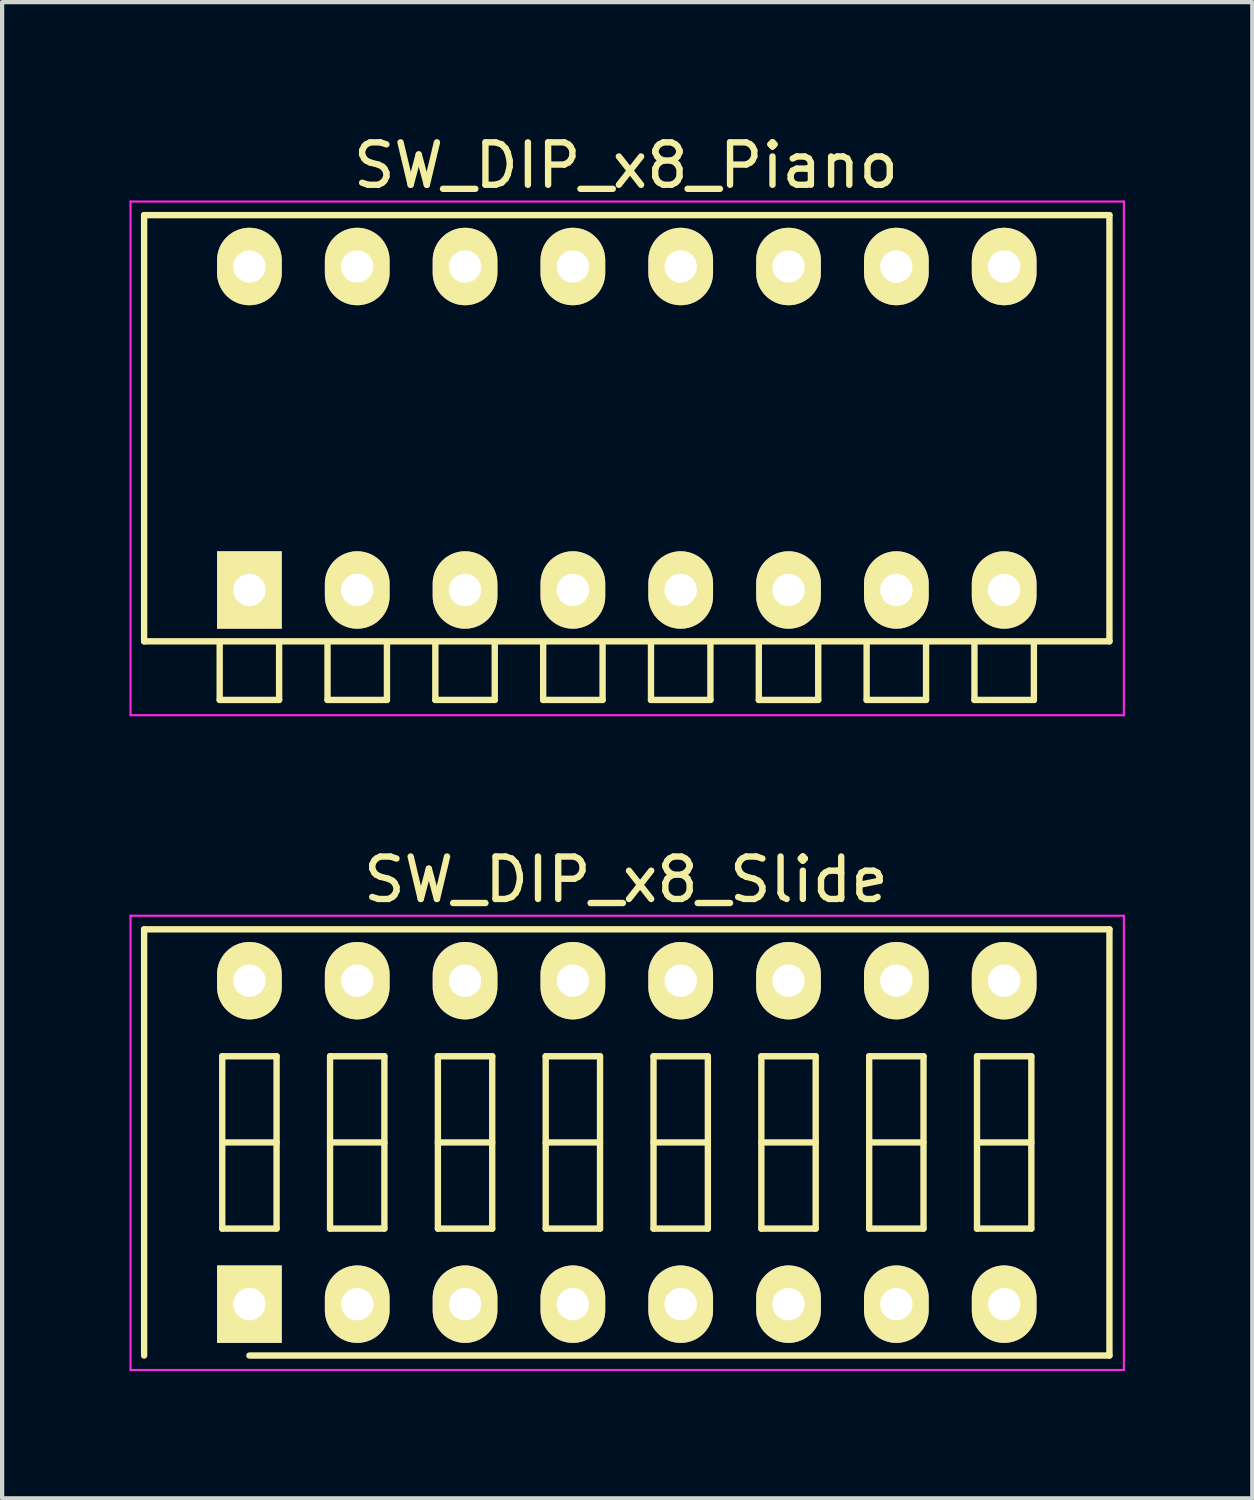
<source format=kicad_pcb>
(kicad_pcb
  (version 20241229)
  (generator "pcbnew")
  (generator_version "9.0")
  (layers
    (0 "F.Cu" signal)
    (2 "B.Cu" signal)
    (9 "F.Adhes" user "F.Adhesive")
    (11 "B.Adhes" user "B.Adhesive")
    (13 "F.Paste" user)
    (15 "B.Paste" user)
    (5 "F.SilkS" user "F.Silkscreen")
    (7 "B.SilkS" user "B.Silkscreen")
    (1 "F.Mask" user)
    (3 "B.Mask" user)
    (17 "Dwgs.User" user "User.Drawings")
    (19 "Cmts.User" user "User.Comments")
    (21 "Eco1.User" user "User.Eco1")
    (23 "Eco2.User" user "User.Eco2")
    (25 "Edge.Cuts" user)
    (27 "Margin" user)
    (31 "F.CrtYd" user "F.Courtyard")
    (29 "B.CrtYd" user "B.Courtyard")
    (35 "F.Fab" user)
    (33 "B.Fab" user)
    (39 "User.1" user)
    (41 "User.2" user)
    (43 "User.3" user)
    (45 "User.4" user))
  (footprint "SW_DIP_x8_Piano"
    (layer "F.Cu")
    (at 2.825 10.848)
    (property "Reference" "SW_DIP_x8_Piano" (at 8.87 -10 0) (layer "F.SilkS") (effects (font (size 1 1) (thickness 0.15))))
    (attr through_hole)
    (fp_line (start -2.48 -8.83) (end 20.26 -8.83) (stroke (width 0.15) (type solid)) (layer "F.SilkS"))
    (fp_line (start -2.48 1.21) (end -2.48 -8.83) (stroke (width 0.15) (type solid)) (layer "F.SilkS"))
    (fp_line (start -0.7 1.22) (end -0.7 2.59) (stroke (width 0.15) (type solid)) (layer "F.SilkS"))
    (fp_line (start -0.7 2.59) (end 0.7 2.59) (stroke (width 0.15) (type solid)) (layer "F.SilkS"))
    (fp_line (start 0.7 2.59) (end 0.7 1.22) (stroke (width 0.15) (type solid)) (layer "F.SilkS"))
    (fp_line (start 1.84 1.22) (end 1.84 2.59) (stroke (width 0.15) (type solid)) (layer "F.SilkS"))
    (fp_line (start 1.84 2.59) (end 3.24 2.59) (stroke (width 0.15) (type solid)) (layer "F.SilkS"))
    (fp_line (start 3.24 2.59) (end 3.24 1.22) (stroke (width 0.15) (type solid)) (layer "F.SilkS"))
    (fp_line (start 4.38 1.22) (end 4.38 2.59) (stroke (width 0.15) (type solid)) (layer "F.SilkS"))
    (fp_line (start 4.38 2.59) (end 5.78 2.59) (stroke (width 0.15) (type solid)) (layer "F.SilkS"))
    (fp_line (start 5.78 2.59) (end 5.78 1.22) (stroke (width 0.15) (type solid)) (layer "F.SilkS"))
    (fp_line (start 6.92 1.22) (end 6.92 2.59) (stroke (width 0.15) (type solid)) (layer "F.SilkS"))
    (fp_line (start 6.92 2.59) (end 8.32 2.59) (stroke (width 0.15) (type solid)) (layer "F.SilkS"))
    (fp_line (start 8.32 2.59) (end 8.32 1.22) (stroke (width 0.15) (type solid)) (layer "F.SilkS"))
    (fp_line (start 9.46 1.22) (end 9.46 2.59) (stroke (width 0.15) (type solid)) (layer "F.SilkS"))
    (fp_line (start 9.46 2.59) (end 10.86 2.59) (stroke (width 0.15) (type solid)) (layer "F.SilkS"))
    (fp_line (start 10.86 2.59) (end 10.86 1.22) (stroke (width 0.15) (type solid)) (layer "F.SilkS"))
    (fp_line (start 12 1.22) (end 12 2.59) (stroke (width 0.15) (type solid)) (layer "F.SilkS"))
    (fp_line (start 12 2.59) (end 13.4 2.59) (stroke (width 0.15) (type solid)) (layer "F.SilkS"))
    (fp_line (start 13.4 2.59) (end 13.4 1.22) (stroke (width 0.15) (type solid)) (layer "F.SilkS"))
    (fp_line (start 14.54 1.22) (end 14.54 2.59) (stroke (width 0.15) (type solid)) (layer "F.SilkS"))
    (fp_line (start 14.54 2.59) (end 15.94 2.59) (stroke (width 0.15) (type solid)) (layer "F.SilkS"))
    (fp_line (start 15.94 2.59) (end 15.94 1.22) (stroke (width 0.15) (type solid)) (layer "F.SilkS"))
    (fp_line (start 17.08 1.22) (end 17.08 2.59) (stroke (width 0.15) (type solid)) (layer "F.SilkS"))
    (fp_line (start 17.08 2.59) (end 18.48 2.59) (stroke (width 0.15) (type solid)) (layer "F.SilkS"))
    (fp_line (start 18.48 2.59) (end 18.48 1.22) (stroke (width 0.15) (type solid)) (layer "F.SilkS"))
    (fp_line (start 20.26 -8.83) (end 20.26 1.21) (stroke (width 0.15) (type solid)) (layer "F.SilkS"))
    (fp_line (start 20.26 1.21) (end -2.48 1.21) (stroke (width 0.15) (type solid)) (layer "F.SilkS"))
    (fp_line (start -2.8 -9.15) (end -2.8 2.95) (stroke (width 0.05) (type solid)) (layer "F.CrtYd"))
    (fp_line (start -2.8 2.95) (end 20.6 2.95) (stroke (width 0.05) (type solid)) (layer "F.CrtYd"))
    (fp_line (start 20.6 -9.15) (end -2.8 -9.15) (stroke (width 0.05) (type solid)) (layer "F.CrtYd"))
    (fp_line (start 20.6 2.95) (end 20.6 -9.15) (stroke (width 0.05) (type solid)) (layer "F.CrtYd"))
    (pad "1" thru_hole rect (at 0 0) (size 1.524 1.824) (drill 0.762) (layers "*.Cu" "*.Mask" "F.SilkS"))
    (pad "2" thru_hole oval (at 2.54 0) (size 1.524 1.824) (drill 0.762) (layers "*.Cu" "*.Mask" "F.SilkS"))
    (pad "3" thru_hole oval (at 5.08 0) (size 1.524 1.824) (drill 0.762) (layers "*.Cu" "*.Mask" "F.SilkS"))
    (pad "4" thru_hole oval (at 7.62 0) (size 1.524 1.824) (drill 0.762) (layers "*.Cu" "*.Mask" "F.SilkS"))
    (pad "5" thru_hole oval (at 10.16 0) (size 1.524 1.824) (drill 0.762) (layers "*.Cu" "*.Mask" "F.SilkS"))
    (pad "6" thru_hole oval (at 12.7 0) (size 1.524 1.824) (drill 0.762) (layers "*.Cu" "*.Mask" "F.SilkS"))
    (pad "7" thru_hole oval (at 15.24 0) (size 1.524 1.824) (drill 0.762) (layers "*.Cu" "*.Mask" "F.SilkS"))
    (pad "8" thru_hole oval (at 17.78 0) (size 1.524 1.824) (drill 0.762) (layers "*.Cu" "*.Mask" "F.SilkS"))
    (pad "9" thru_hole oval (at 17.78 -7.62) (size 1.524 1.824) (drill 0.762) (layers "*.Cu" "*.Mask" "F.SilkS"))
    (pad "10" thru_hole oval (at 15.24 -7.62) (size 1.524 1.824) (drill 0.762) (layers "*.Cu" "*.Mask" "F.SilkS"))
    (pad "11" thru_hole oval (at 12.7 -7.62) (size 1.524 1.824) (drill 0.762) (layers "*.Cu" "*.Mask" "F.SilkS"))
    (pad "12" thru_hole oval (at 10.16 -7.62) (size 1.524 1.824) (drill 0.762) (layers "*.Cu" "*.Mask" "F.SilkS"))
    (pad "13" thru_hole oval (at 7.62 -7.62) (size 1.524 1.824) (drill 0.762) (layers "*.Cu" "*.Mask" "F.SilkS"))
    (pad "14" thru_hole oval (at 5.08 -7.62) (size 1.524 1.824) (drill 0.762) (layers "*.Cu" "*.Mask" "F.SilkS"))
    (pad "15" thru_hole oval (at 2.54 -7.62) (size 1.524 1.824) (drill 0.762) (layers "*.Cu" "*.Mask" "F.SilkS"))
    (pad "16" thru_hole oval (at 0 -7.62) (size 1.524 1.824) (drill 0.762) (layers "*.Cu" "*.Mask" "F.SilkS")))
  (footprint "SW_DIP_x8_Slide"
    (layer "F.Cu")
    (at 2.825 27.672)
    (property "Reference" "SW_DIP_x8_Slide" (at 8.87 -10 0) (layer "F.SilkS") (effects (font (size 1 1) (thickness 0.15))))
    (attr through_hole)
    (fp_line (start -2.48 -8.83) (end 20.26 -8.83) (stroke (width 0.15) (type solid)) (layer "F.SilkS"))
    (fp_line (start -2.48 1.21) (end -2.48 -8.83) (stroke (width 0.15) (type solid)) (layer "F.SilkS"))
    (fp_line (start -0.64 -5.84) (end -0.64 -1.78) (stroke (width 0.15) (type solid)) (layer "F.SilkS"))
    (fp_line (start -0.64 -3.81) (end 0.64 -3.81) (stroke (width 0.15) (type solid)) (layer "F.SilkS"))
    (fp_line (start -0.64 -1.78) (end 0.64 -1.78) (stroke (width 0.15) (type solid)) (layer "F.SilkS"))
    (fp_line (start 0.64 -5.84) (end -0.64 -5.84) (stroke (width 0.15) (type solid)) (layer "F.SilkS"))
    (fp_line (start 0.64 -1.78) (end 0.64 -5.84) (stroke (width 0.15) (type solid)) (layer "F.SilkS"))
    (fp_line (start 1.9 -5.84) (end 1.9 -1.78) (stroke (width 0.15) (type solid)) (layer "F.SilkS"))
    (fp_line (start 1.9 -3.81) (end 3.18 -3.81) (stroke (width 0.15) (type solid)) (layer "F.SilkS"))
    (fp_line (start 1.9 -1.78) (end 3.18 -1.78) (stroke (width 0.15) (type solid)) (layer "F.SilkS"))
    (fp_line (start 3.18 -5.84) (end 1.9 -5.84) (stroke (width 0.15) (type solid)) (layer "F.SilkS"))
    (fp_line (start 3.18 -1.78) (end 3.18 -5.84) (stroke (width 0.15) (type solid)) (layer "F.SilkS"))
    (fp_line (start 4.44 -5.84) (end 4.44 -1.78) (stroke (width 0.15) (type solid)) (layer "F.SilkS"))
    (fp_line (start 4.44 -3.81) (end 5.72 -3.81) (stroke (width 0.15) (type solid)) (layer "F.SilkS"))
    (fp_line (start 4.44 -1.78) (end 5.72 -1.78) (stroke (width 0.15) (type solid)) (layer "F.SilkS"))
    (fp_line (start 5.72 -5.84) (end 4.44 -5.84) (stroke (width 0.15) (type solid)) (layer "F.SilkS"))
    (fp_line (start 5.72 -1.78) (end 5.72 -5.84) (stroke (width 0.15) (type solid)) (layer "F.SilkS"))
    (fp_line (start 6.98 -5.84) (end 6.98 -1.78) (stroke (width 0.15) (type solid)) (layer "F.SilkS"))
    (fp_line (start 6.98 -3.81) (end 8.26 -3.81) (stroke (width 0.15) (type solid)) (layer "F.SilkS"))
    (fp_line (start 6.98 -1.78) (end 8.26 -1.78) (stroke (width 0.15) (type solid)) (layer "F.SilkS"))
    (fp_line (start 8.26 -5.84) (end 6.98 -5.84) (stroke (width 0.15) (type solid)) (layer "F.SilkS"))
    (fp_line (start 8.26 -1.78) (end 8.26 -5.84) (stroke (width 0.15) (type solid)) (layer "F.SilkS"))
    (fp_line (start 9.52 -5.84) (end 9.52 -1.78) (stroke (width 0.15) (type solid)) (layer "F.SilkS"))
    (fp_line (start 9.52 -3.81) (end 10.8 -3.81) (stroke (width 0.15) (type solid)) (layer "F.SilkS"))
    (fp_line (start 9.52 -1.78) (end 10.8 -1.78) (stroke (width 0.15) (type solid)) (layer "F.SilkS"))
    (fp_line (start 10.8 -5.84) (end 9.52 -5.84) (stroke (width 0.15) (type solid)) (layer "F.SilkS"))
    (fp_line (start 10.8 -1.78) (end 10.8 -5.84) (stroke (width 0.15) (type solid)) (layer "F.SilkS"))
    (fp_line (start 12.06 -5.84) (end 12.06 -1.78) (stroke (width 0.15) (type solid)) (layer "F.SilkS"))
    (fp_line (start 12.06 -3.81) (end 13.34 -3.81) (stroke (width 0.15) (type solid)) (layer "F.SilkS"))
    (fp_line (start 12.06 -1.78) (end 13.34 -1.78) (stroke (width 0.15) (type solid)) (layer "F.SilkS"))
    (fp_line (start 13.34 -5.84) (end 12.06 -5.84) (stroke (width 0.15) (type solid)) (layer "F.SilkS"))
    (fp_line (start 13.34 -1.78) (end 13.34 -5.84) (stroke (width 0.15) (type solid)) (layer "F.SilkS"))
    (fp_line (start 14.6 -5.84) (end 14.6 -1.78) (stroke (width 0.15) (type solid)) (layer "F.SilkS"))
    (fp_line (start 14.6 -3.81) (end 15.88 -3.81) (stroke (width 0.15) (type solid)) (layer "F.SilkS"))
    (fp_line (start 14.6 -1.78) (end 15.88 -1.78) (stroke (width 0.15) (type solid)) (layer "F.SilkS"))
    (fp_line (start 15.88 -5.84) (end 14.6 -5.84) (stroke (width 0.15) (type solid)) (layer "F.SilkS"))
    (fp_line (start 15.88 -1.78) (end 15.88 -5.84) (stroke (width 0.15) (type solid)) (layer "F.SilkS"))
    (fp_line (start 17.14 -5.84) (end 17.14 -1.78) (stroke (width 0.15) (type solid)) (layer "F.SilkS"))
    (fp_line (start 17.14 -3.81) (end 18.42 -3.81) (stroke (width 0.15) (type solid)) (layer "F.SilkS"))
    (fp_line (start 17.14 -1.78) (end 18.42 -1.78) (stroke (width 0.15) (type solid)) (layer "F.SilkS"))
    (fp_line (start 18.42 -5.84) (end 17.14 -5.84) (stroke (width 0.15) (type solid)) (layer "F.SilkS"))
    (fp_line (start 18.42 -1.78) (end 18.42 -5.84) (stroke (width 0.15) (type solid)) (layer "F.SilkS"))
    (fp_line (start 20.26 -8.83) (end 20.26 1.21) (stroke (width 0.15) (type solid)) (layer "F.SilkS"))
    (fp_line (start 20.26 1.21) (end 0 1.21) (stroke (width 0.15) (type solid)) (layer "F.SilkS"))
    (fp_line (start -2.8 -9.15) (end -2.8 1.55) (stroke (width 0.05) (type solid)) (layer "F.CrtYd"))
    (fp_line (start -2.8 1.55) (end 20.6 1.55) (stroke (width 0.05) (type solid)) (layer "F.CrtYd"))
    (fp_line (start 20.6 -9.15) (end -2.8 -9.15) (stroke (width 0.05) (type solid)) (layer "F.CrtYd"))
    (fp_line (start 20.6 1.55) (end 20.6 -9.15) (stroke (width 0.05) (type solid)) (layer "F.CrtYd"))
    (pad "1" thru_hole rect (at 0 0) (size 1.524 1.824) (drill 0.762) (layers "*.Cu" "*.Mask" "F.SilkS"))
    (pad "2" thru_hole oval (at 2.54 0) (size 1.524 1.824) (drill 0.762) (layers "*.Cu" "*.Mask" "F.SilkS"))
    (pad "3" thru_hole oval (at 5.08 0) (size 1.524 1.824) (drill 0.762) (layers "*.Cu" "*.Mask" "F.SilkS"))
    (pad "4" thru_hole oval (at 7.62 0) (size 1.524 1.824) (drill 0.762) (layers "*.Cu" "*.Mask" "F.SilkS"))
    (pad "5" thru_hole oval (at 10.16 0) (size 1.524 1.824) (drill 0.762) (layers "*.Cu" "*.Mask" "F.SilkS"))
    (pad "6" thru_hole oval (at 12.7 0) (size 1.524 1.824) (drill 0.762) (layers "*.Cu" "*.Mask" "F.SilkS"))
    (pad "7" thru_hole oval (at 15.24 0) (size 1.524 1.824) (drill 0.762) (layers "*.Cu" "*.Mask" "F.SilkS"))
    (pad "8" thru_hole oval (at 17.78 0) (size 1.524 1.824) (drill 0.762) (layers "*.Cu" "*.Mask" "F.SilkS"))
    (pad "9" thru_hole oval (at 17.78 -7.62) (size 1.524 1.824) (drill 0.762) (layers "*.Cu" "*.Mask" "F.SilkS"))
    (pad "10" thru_hole oval (at 15.24 -7.62) (size 1.524 1.824) (drill 0.762) (layers "*.Cu" "*.Mask" "F.SilkS"))
    (pad "11" thru_hole oval (at 12.7 -7.62) (size 1.524 1.824) (drill 0.762) (layers "*.Cu" "*.Mask" "F.SilkS"))
    (pad "12" thru_hole oval (at 10.16 -7.62) (size 1.524 1.824) (drill 0.762) (layers "*.Cu" "*.Mask" "F.SilkS"))
    (pad "13" thru_hole oval (at 7.62 -7.62) (size 1.524 1.824) (drill 0.762) (layers "*.Cu" "*.Mask" "F.SilkS"))
    (pad "14" thru_hole oval (at 5.08 -7.62) (size 1.524 1.824) (drill 0.762) (layers "*.Cu" "*.Mask" "F.SilkS"))
    (pad "15" thru_hole oval (at 2.54 -7.62) (size 1.524 1.824) (drill 0.762) (layers "*.Cu" "*.Mask" "F.SilkS"))
    (pad "16" thru_hole oval (at 0 -7.62) (size 1.524 1.824) (drill 0.762) (layers "*.Cu" "*.Mask" "F.SilkS")))
  (gr_rect
    (start -3 -3)
    (end 26.45 32.246)
    (stroke (width 0.1) (type default))
    (fill no)
    (layer "Edge.Cuts")))
</source>
